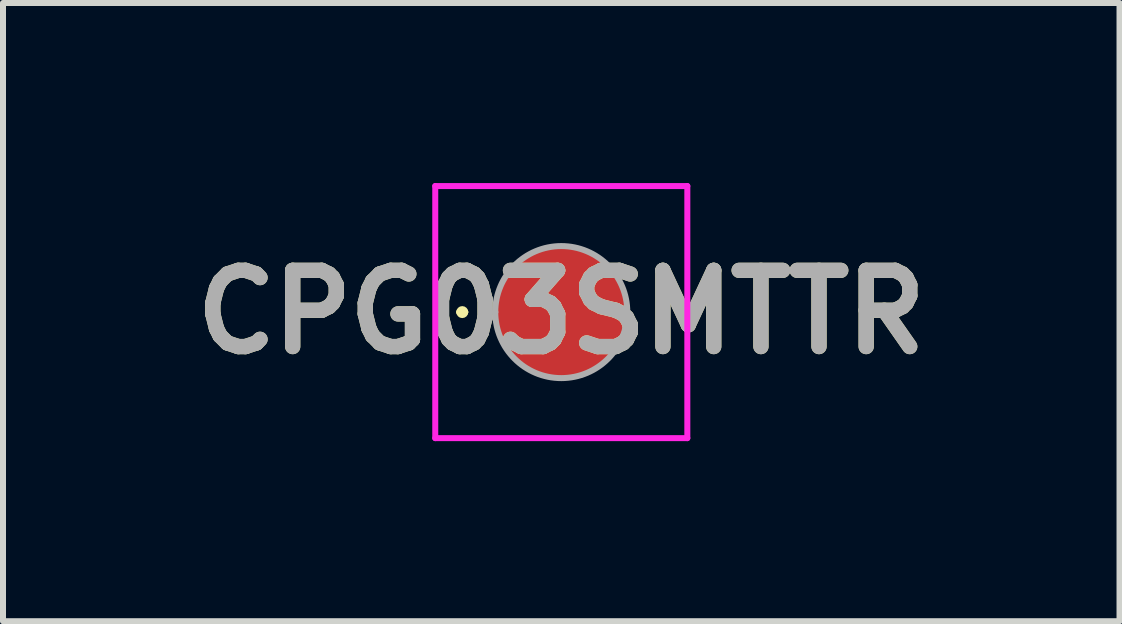
<source format=kicad_pcb>
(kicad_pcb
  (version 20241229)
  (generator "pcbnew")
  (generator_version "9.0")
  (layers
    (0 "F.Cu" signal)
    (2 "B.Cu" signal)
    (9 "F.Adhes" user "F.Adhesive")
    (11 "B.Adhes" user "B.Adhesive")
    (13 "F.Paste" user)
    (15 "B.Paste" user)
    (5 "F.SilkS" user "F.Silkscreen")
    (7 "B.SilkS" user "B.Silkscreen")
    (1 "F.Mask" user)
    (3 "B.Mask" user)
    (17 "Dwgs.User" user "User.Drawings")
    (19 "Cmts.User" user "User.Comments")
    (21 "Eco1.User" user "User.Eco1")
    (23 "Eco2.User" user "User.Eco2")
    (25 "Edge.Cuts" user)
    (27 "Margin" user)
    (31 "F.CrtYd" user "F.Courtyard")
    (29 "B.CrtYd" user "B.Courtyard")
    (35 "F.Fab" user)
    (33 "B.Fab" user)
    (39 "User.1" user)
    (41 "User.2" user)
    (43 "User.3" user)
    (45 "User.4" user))
  (footprint "CPG03SMTTR"
    (layer "F.Cu")
    (at 6.302 2.15)
    (property "Reference" "CPG03SMTTR" (at 0 0 0) (layer "F.SilkS") (effects (font (size 1.27 1.27) (thickness 0.254))))
    (attr smd)
    (fp_line (start -1.7 0) (end -1.7 0) (stroke (width 0.1) (type solid)) (layer "F.SilkS"))
    (fp_line (start -1.6 0) (end -1.6 0) (stroke (width 0.1) (type solid)) (layer "F.SilkS"))
    (fp_arc (start -1.7 0) (mid -1.65 -0.05) (end -1.6 0) (stroke (width 0.1) (type solid)) (layer "F.SilkS"))
    (fp_arc (start -1.6 0) (mid -1.65 0.05) (end -1.7 0) (stroke (width 0.1) (type solid)) (layer "F.SilkS"))
    (fp_line (start -2.1 -2.1) (end 2.1 -2.1) (stroke (width 0.1) (type solid)) (layer "F.CrtYd"))
    (fp_line (start -2.1 2.1) (end -2.1 -2.1) (stroke (width 0.1) (type solid)) (layer "F.CrtYd"))
    (fp_line (start 2.1 -2.1) (end 2.1 2.1) (stroke (width 0.1) (type solid)) (layer "F.CrtYd"))
    (fp_line (start 2.1 2.1) (end -2.1 2.1) (stroke (width 0.1) (type solid)) (layer "F.CrtYd"))
    (fp_line (start -1.1 0) (end -1.1 0) (stroke (width 0.1) (type solid)) (layer "F.Fab"))
    (fp_line (start 1.1 0) (end 1.1 0) (stroke (width 0.1) (type solid)) (layer "F.Fab"))
    (fp_arc (start -1.1 0) (mid 0 -1.1) (end 1.1 0) (stroke (width 0.1) (type solid)) (layer "F.Fab"))
    (fp_arc (start 1.1 0) (mid 0 1.1) (end -1.1 0) (stroke (width 0.1) (type solid)) (layer "F.Fab"))
    (fp_text user "${REFERENCE}" (at 0 0 0) (layer "F.Fab") (effects (font (size 1.27 1.27) (thickness 0.254))))
    (pad "1" smd circle (at 0 0 90) (size 2.2 2.2) (layers "F.Cu" "F.Mask" "F.Paste")))
  (gr_rect
    (start -3 -3)
    (end 15.603 7.3)
    (stroke (width 0.1) (type default))
    (fill no)
    (layer "Edge.Cuts")))
</source>
